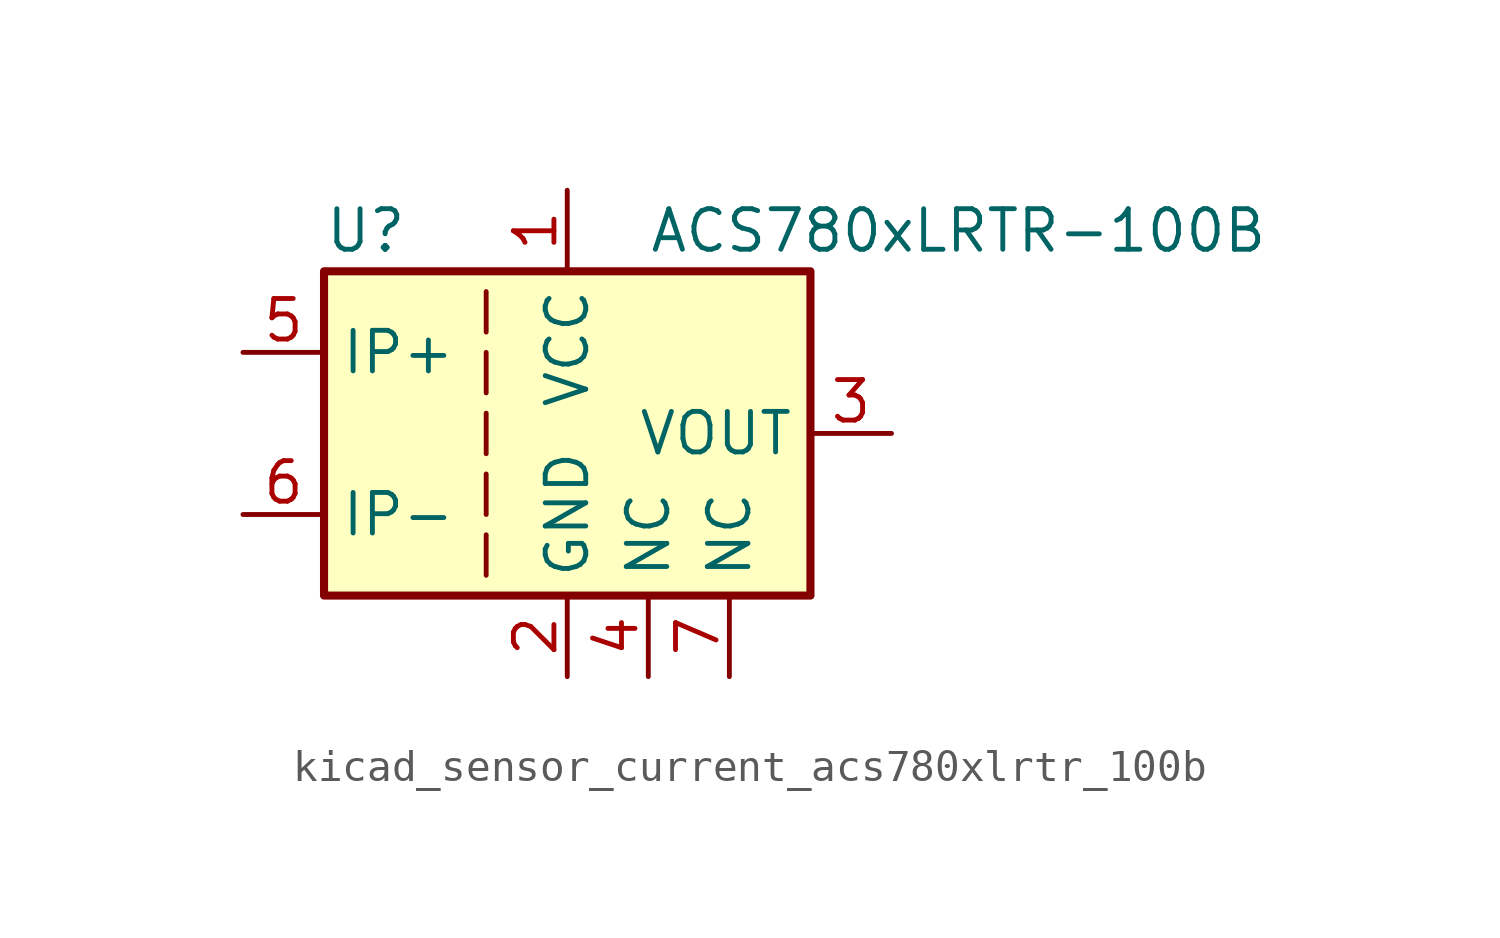
<source format=kicad_sym>
(kicad_symbol_lib
  (version 20220914)
  (generator kicad_symbol_editor)
  (symbol "kicad_sensor_current_acs780xlrtr_100b"
    (property "Reference" "U"
      (at -7.62 6.35 0)
      (effects (font (size 1.27 1.27)) (justify left)))
    (property "Value" "ACS780xLRTR-100B"
      (at 2.54 6.35 0)
      (effects (font (size 1.27 1.27)) (justify left)))
    (symbol "kicad_sensor_current_acs780xlrtr_100b_0_1"
      (rectangle (start -7.62 5.08) (end 7.62 -5.08) (stroke (width 0.254) (type default)) (fill (type background)))
      (polyline (pts (xy -2.54 -3.175) (xy -2.54 -4.445)) (stroke (width 0) (type default)) (fill (type none)))
      (polyline (pts (xy -2.54 -1.27) (xy -2.54 -2.54)) (stroke (width 0) (type default)) (fill (type none)))
      (polyline (pts (xy -2.54 0.635) (xy -2.54 -0.635)) (stroke (width 0) (type default)) (fill (type none)))
      (polyline (pts (xy -2.54 1.27) (xy -2.54 2.54)) (stroke (width 0) (type default)) (fill (type none)))
      (polyline (pts (xy -2.54 3.175) (xy -2.54 4.445)) (stroke (width 0) (type default)) (fill (type none))))
    (symbol "kicad_sensor_current_acs780xlrtr_100b_1_1"
      (pin power_in line (at 0 7.62 270) (length 2.54) (name "VCC" (effects (font (size 1.27 1.27)))) (number "1" (effects (font (size 1.27 1.27)))))
      (pin power_in line (at 0 -7.62 90) (length 2.54) (name "GND" (effects (font (size 1.27 1.27)))) (number "2" (effects (font (size 1.27 1.27)))))
      (pin output line (at 10.16 0 180) (length 2.54) (name "VOUT" (effects (font (size 1.27 1.27)))) (number "3" (effects (font (size 1.27 1.27)))))
      (pin passive line (at 2.54 -7.62 90) (length 2.54) (name "NC" (effects (font (size 1.27 1.27)))) (number "4" (effects (font (size 1.27 1.27)))))
      (pin passive line (at -10.16 2.54 0) (length 2.54) (name "IP+" (effects (font (size 1.27 1.27)))) (number "5" (effects (font (size 1.27 1.27)))))
      (pin passive line (at -10.16 -2.54 0) (length 2.54) (name "IP-" (effects (font (size 1.27 1.27)))) (number "6" (effects (font (size 1.27 1.27)))))
      (pin passive line (at 5.08 -7.62 90) (length 2.54) (name "NC" (effects (font (size 1.27 1.27)))) (number "7" (effects (font (size 1.27 1.27))))))))
</source>
